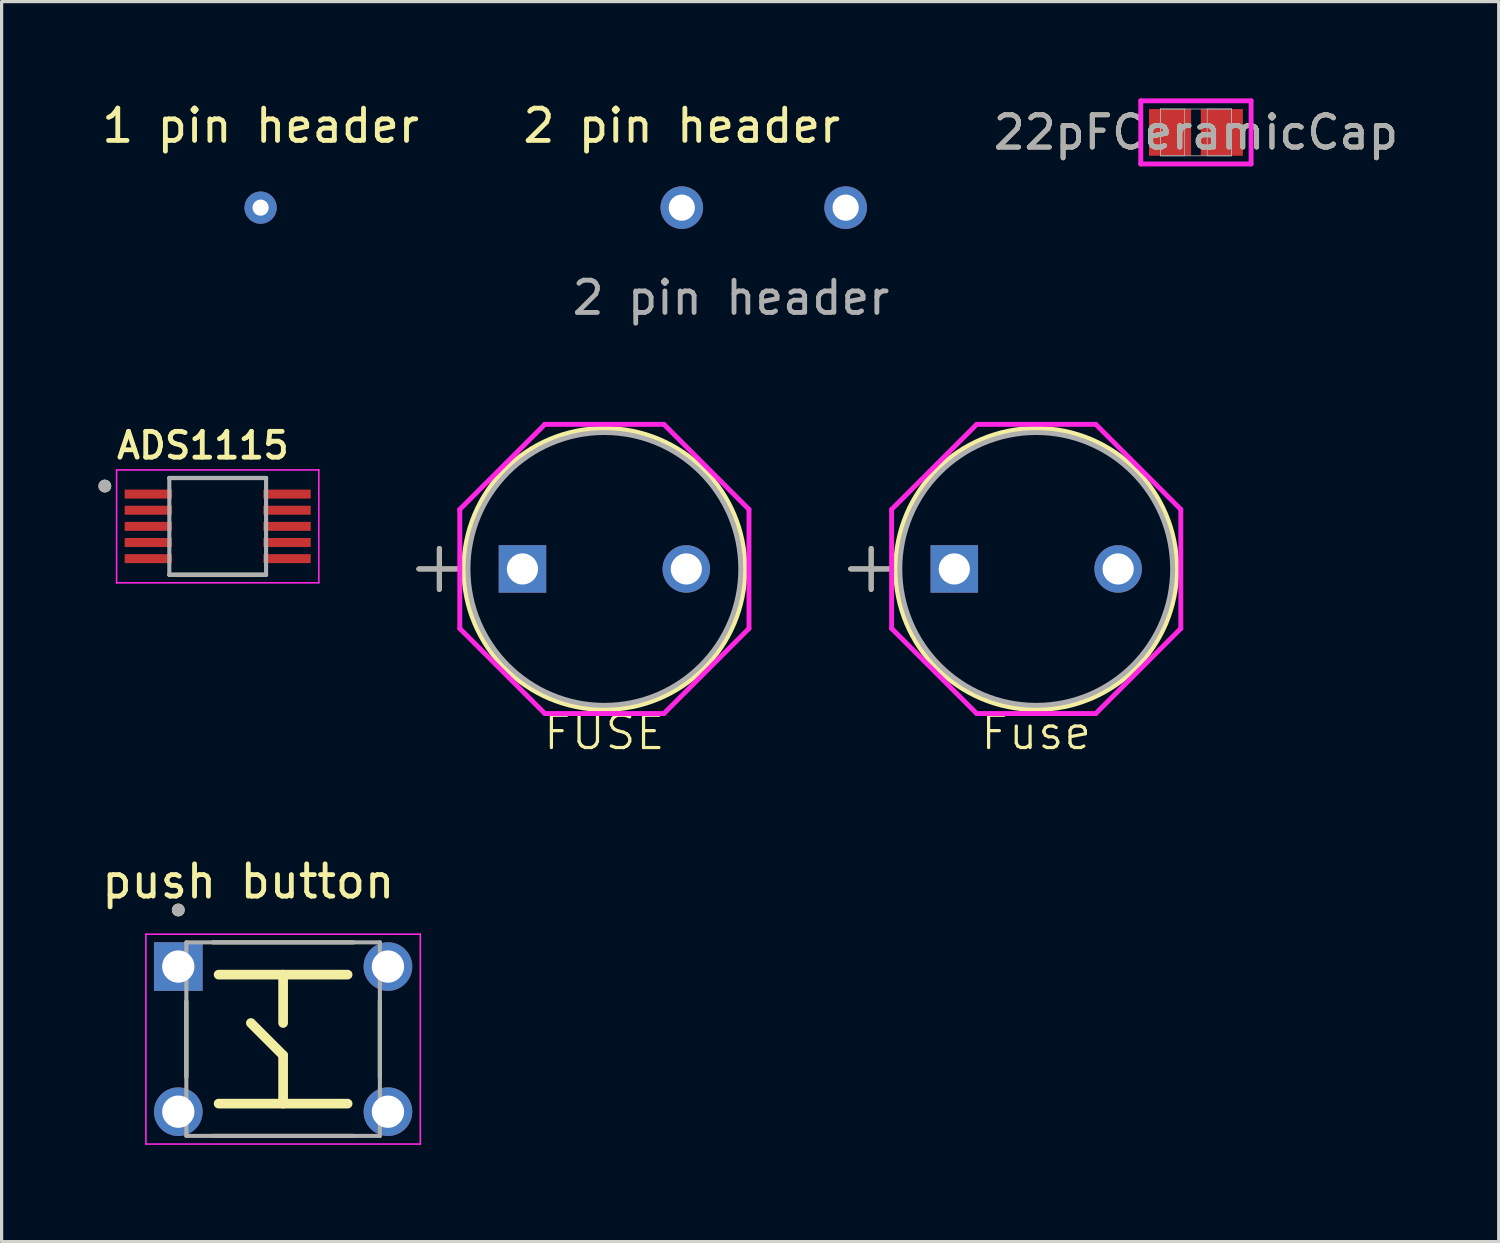
<source format=kicad_pcb>
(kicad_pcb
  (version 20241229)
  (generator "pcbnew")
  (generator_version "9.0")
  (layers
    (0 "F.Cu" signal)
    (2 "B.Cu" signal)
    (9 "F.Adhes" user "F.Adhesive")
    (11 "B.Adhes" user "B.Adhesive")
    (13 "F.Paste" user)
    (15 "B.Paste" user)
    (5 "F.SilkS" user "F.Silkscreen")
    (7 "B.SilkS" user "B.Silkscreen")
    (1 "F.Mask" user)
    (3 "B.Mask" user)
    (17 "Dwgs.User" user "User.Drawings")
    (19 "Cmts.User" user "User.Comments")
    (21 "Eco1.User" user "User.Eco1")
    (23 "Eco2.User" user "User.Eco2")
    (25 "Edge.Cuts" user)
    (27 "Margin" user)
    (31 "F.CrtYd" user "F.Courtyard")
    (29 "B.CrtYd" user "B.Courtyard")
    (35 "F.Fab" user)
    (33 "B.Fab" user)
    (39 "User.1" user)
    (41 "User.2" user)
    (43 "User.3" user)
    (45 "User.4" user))
  (footprint "Fuse"
    (layer "F.Cu")
    (at 26.538 14.59)
    (property "Reference" "Fuse" (at 2.54 5.08 0) (unlocked yes) (layer "F.SilkS") (effects (font (size 1 1) (thickness 0.1))))
    (attr through_hole)
    (fp_line (start -3.213 0) (end -1.943 0) (stroke (width 0.152) (type solid)) (layer "F.SilkS"))
    (fp_line (start -2.578 -0.635) (end -2.578 0.635) (stroke (width 0.152) (type solid)) (layer "F.SilkS"))
    (fp_circle (center 2.54 0) (end 6.896 0) (stroke (width 0.152) (type solid)) (fill no) (layer "F.SilkS"))
    (fp_line (start -1.943 -1.846) (end 0.694 -4.483) (stroke (width 0.152) (type solid)) (layer "F.CrtYd"))
    (fp_line (start -1.943 1.846) (end -1.943 -1.846) (stroke (width 0.152) (type solid)) (layer "F.CrtYd"))
    (fp_line (start 0.694 -4.483) (end 4.386 -4.483) (stroke (width 0.152) (type solid)) (layer "F.CrtYd"))
    (fp_line (start 0.694 4.483) (end -1.943 1.846) (stroke (width 0.152) (type solid)) (layer "F.CrtYd"))
    (fp_line (start 4.386 -4.483) (end 7.023 -1.846) (stroke (width 0.152) (type solid)) (layer "F.CrtYd"))
    (fp_line (start 4.386 4.483) (end 0.694 4.483) (stroke (width 0.152) (type solid)) (layer "F.CrtYd"))
    (fp_line (start 7.023 -1.846) (end 7.023 1.846) (stroke (width 0.152) (type solid)) (layer "F.CrtYd"))
    (fp_line (start 7.023 1.846) (end 4.386 4.483) (stroke (width 0.152) (type solid)) (layer "F.CrtYd"))
    (fp_line (start -3.213 0) (end -1.943 0) (stroke (width 0.152) (type solid)) (layer "F.Fab"))
    (fp_line (start -2.578 -0.635) (end -2.578 0.635) (stroke (width 0.152) (type solid)) (layer "F.Fab"))
    (fp_circle (center 2.54 0) (end 6.769 0) (stroke (width 0.152) (type solid)) (fill no) (layer "F.Fab"))
    (pad "1" thru_hole rect (at 0 0) (size 1.473 1.473) (drill 0.965) (layers "*.Cu" "*.Mask"))
    (pad "2" thru_hole circle (at 5.08 0) (size 1.473 1.473) (drill 0.965) (layers "*.Cu" "*.Mask")))
  (footprint "FUSE"
    (layer "F.Cu")
    (at 13.149 14.59)
    (property "Reference" "FUSE" (at 2.54 5.08 0) (unlocked yes) (layer "F.SilkS") (effects (font (size 1 1) (thickness 0.1))))
    (attr through_hole)
    (fp_line (start -3.213 0) (end -1.943 0) (stroke (width 0.152) (type solid)) (layer "F.SilkS"))
    (fp_line (start -2.578 -0.635) (end -2.578 0.635) (stroke (width 0.152) (type solid)) (layer "F.SilkS"))
    (fp_circle (center 2.54 0) (end 6.896 0) (stroke (width 0.152) (type solid)) (fill no) (layer "F.SilkS"))
    (fp_line (start -1.943 -1.846) (end 0.694 -4.483) (stroke (width 0.152) (type solid)) (layer "F.CrtYd"))
    (fp_line (start -1.943 1.846) (end -1.943 -1.846) (stroke (width 0.152) (type solid)) (layer "F.CrtYd"))
    (fp_line (start 0.694 -4.483) (end 4.386 -4.483) (stroke (width 0.152) (type solid)) (layer "F.CrtYd"))
    (fp_line (start 0.694 4.483) (end -1.943 1.846) (stroke (width 0.152) (type solid)) (layer "F.CrtYd"))
    (fp_line (start 4.386 -4.483) (end 7.023 -1.846) (stroke (width 0.152) (type solid)) (layer "F.CrtYd"))
    (fp_line (start 4.386 4.483) (end 0.694 4.483) (stroke (width 0.152) (type solid)) (layer "F.CrtYd"))
    (fp_line (start 7.023 -1.846) (end 7.023 1.846) (stroke (width 0.152) (type solid)) (layer "F.CrtYd"))
    (fp_line (start 7.023 1.846) (end 4.386 4.483) (stroke (width 0.152) (type solid)) (layer "F.CrtYd"))
    (fp_line (start -3.213 0) (end -1.943 0) (stroke (width 0.152) (type solid)) (layer "F.Fab"))
    (fp_line (start -2.578 -0.635) (end -2.578 0.635) (stroke (width 0.152) (type solid)) (layer "F.Fab"))
    (fp_circle (center 2.54 0) (end 6.769 0) (stroke (width 0.152) (type solid)) (fill no) (layer "F.Fab"))
    (pad "1" thru_hole rect (at 0 0) (size 1.473 1.473) (drill 0.965) (layers "*.Cu" "*.Mask"))
    (pad "2" thru_hole circle (at 5.08 0) (size 1.473 1.473) (drill 0.965) (layers "*.Cu" "*.Mask")))
  (footprint "2 pin header"
    (layer "F.Cu")
    (at 18.089 3.388)
    (property "Reference" "2 pin header" (at 0 -2.54 0) (unlocked yes) (layer "F.SilkS") (effects (font (size 1 1) (thickness 0.15))))
    (attr through_hole)
    (fp_text user "${REFERENCE}" (at 1.524 2.794 0) (unlocked yes) (layer "F.Fab") (effects (font (size 1 1) (thickness 0.15))))
    (pad "1" thru_hole circle (at 0 0) (size 1.321 1.321) (drill 0.813) (layers "*.Cu" "*.Mask"))
    (pad "2" thru_hole circle (at 5.08 0) (size 1.321 1.321) (drill 0.813) (layers "*.Cu" "*.Mask")))
  (footprint "1 pin header"
    (layer "F.Cu")
    (at 5.03 3.388)
    (property "Reference" "1 pin header" (at 0 -2.54 0) (unlocked yes) (layer "F.SilkS") (effects (font (size 1 1) (thickness 0.15))))
    (attr through_hole)
    (pad "1" thru_hole circle (at 0 0) (size 1 1) (drill 0.5) (layers "*.Cu" "*.Mask")))
  (footprint "ADS1115"
    (layer "F.Cu")
    (at 3.7 13.27)
    (property "Reference" "ADS1115" (at -0.46 -2.508 0) (layer "F.SilkS") (effects (font (size 0.8 0.8) (thickness 0.15))))
    (attr smd)
    (fp_line (start -1.5 -1.5) (end 1.5 -1.5) (stroke (width 0.127) (type solid)) (layer "F.SilkS"))
    (fp_line (start -1.5 1.5) (end 1.5 1.5) (stroke (width 0.127) (type solid)) (layer "F.SilkS"))
    (fp_circle (center -3.5 -1.25) (end -3.4 -1.25) (stroke (width 0.2) (type solid)) (fill no) (layer "F.SilkS"))
    (fp_line (start -3.135 -1.75) (end -3.135 1.75) (stroke (width 0.05) (type solid)) (layer "F.CrtYd"))
    (fp_line (start -3.135 -1.75) (end 3.135 -1.75) (stroke (width 0.05) (type solid)) (layer "F.CrtYd"))
    (fp_line (start -3.135 1.75) (end 3.135 1.75) (stroke (width 0.05) (type solid)) (layer "F.CrtYd"))
    (fp_line (start 3.135 -1.75) (end 3.135 1.75) (stroke (width 0.05) (type solid)) (layer "F.CrtYd"))
    (fp_line (start -1.5 -1.5) (end -1.5 1.5) (stroke (width 0.127) (type solid)) (layer "F.Fab"))
    (fp_line (start -1.5 -1.5) (end 1.5 -1.5) (stroke (width 0.127) (type solid)) (layer "F.Fab"))
    (fp_line (start -1.5 1.5) (end 1.5 1.5) (stroke (width 0.127) (type solid)) (layer "F.Fab"))
    (fp_line (start 1.5 -1.5) (end 1.5 1.5) (stroke (width 0.127) (type solid)) (layer "F.Fab"))
    (fp_circle (center -3.5 -1.25) (end -3.4 -1.25) (stroke (width 0.2) (type solid)) (fill no) (layer "F.Fab"))
    (pad "1" smd roundrect (at -2.15 -1) (size 1.47 0.28) (layers "F.Cu" "F.Mask" "F.Paste") (roundrect_rratio 0.04))
    (pad "2" smd roundrect (at -2.15 -0.5) (size 1.47 0.28) (layers "F.Cu" "F.Mask" "F.Paste") (roundrect_rratio 0.04))
    (pad "3" smd roundrect (at -2.15 0) (size 1.47 0.28) (layers "F.Cu" "F.Mask" "F.Paste") (roundrect_rratio 0.04))
    (pad "4" smd roundrect (at -2.15 0.5) (size 1.47 0.28) (layers "F.Cu" "F.Mask" "F.Paste") (roundrect_rratio 0.04))
    (pad "5" smd roundrect (at -2.15 1) (size 1.47 0.28) (layers "F.Cu" "F.Mask" "F.Paste") (roundrect_rratio 0.04))
    (pad "6" smd roundrect (at 2.15 1) (size 1.47 0.28) (layers "F.Cu" "F.Mask" "F.Paste") (roundrect_rratio 0.04))
    (pad "7" smd roundrect (at 2.15 0.5) (size 1.47 0.28) (layers "F.Cu" "F.Mask" "F.Paste") (roundrect_rratio 0.04))
    (pad "8" smd roundrect (at 2.15 0) (size 1.47 0.28) (layers "F.Cu" "F.Mask" "F.Paste") (roundrect_rratio 0.04))
    (pad "9" smd roundrect (at 2.15 -0.5) (size 1.47 0.28) (layers "F.Cu" "F.Mask" "F.Paste") (roundrect_rratio 0.04))
    (pad "10" smd roundrect (at 2.15 -1) (size 1.47 0.28) (layers "F.Cu" "F.Mask" "F.Paste") (roundrect_rratio 0.04)))
  (footprint "22pFCeramicCap"
    (layer "F.Cu")
    (at 34.03 1.055)
    (property "Reference" "22pFCeramicCap" (at 0 0 0) (unlocked yes) (layer "F.SilkS") (effects (font (size 1 1) (thickness 0.15))))
    (attr smd)
    (fp_line (start -1.71 -0.979) (end 1.71 -0.979) (stroke (width 0.152) (type solid)) (layer "F.CrtYd"))
    (fp_line (start -1.71 0.979) (end -1.71 -0.979) (stroke (width 0.152) (type solid)) (layer "F.CrtYd"))
    (fp_line (start 1.71 -0.979) (end 1.71 0.979) (stroke (width 0.152) (type solid)) (layer "F.CrtYd"))
    (fp_line (start 1.71 0.979) (end -1.71 0.979) (stroke (width 0.152) (type solid)) (layer "F.CrtYd"))
    (fp_line (start -1.1 -0.725) (end -1.1 0.725) (stroke (width 0.025) (type solid)) (layer "F.Fab"))
    (fp_line (start -1.1 -0.725) (end -1.1 0.725) (stroke (width 0.025) (type solid)) (layer "F.Fab"))
    (fp_line (start -1.1 0.725) (end -0.35 0.725) (stroke (width 0.025) (type solid)) (layer "F.Fab"))
    (fp_line (start -1.1 0.725) (end 1.1 0.725) (stroke (width 0.025) (type solid)) (layer "F.Fab"))
    (fp_line (start -0.35 -0.725) (end -1.1 -0.725) (stroke (width 0.025) (type solid)) (layer "F.Fab"))
    (fp_line (start -0.35 0.725) (end -0.35 -0.725) (stroke (width 0.025) (type solid)) (layer "F.Fab"))
    (fp_line (start 0.35 -0.725) (end 0.35 0.725) (stroke (width 0.025) (type solid)) (layer "F.Fab"))
    (fp_line (start 0.35 0.725) (end 1.1 0.725) (stroke (width 0.025) (type solid)) (layer "F.Fab"))
    (fp_line (start 1.1 -0.725) (end -1.1 -0.725) (stroke (width 0.025) (type solid)) (layer "F.Fab"))
    (fp_line (start 1.1 -0.725) (end 0.35 -0.725) (stroke (width 0.025) (type solid)) (layer "F.Fab"))
    (fp_line (start 1.1 0.725) (end 1.1 -0.725) (stroke (width 0.025) (type solid)) (layer "F.Fab"))
    (fp_line (start 1.1 0.725) (end 1.1 -0.725) (stroke (width 0.025) (type solid)) (layer "F.Fab"))
    (fp_text user "${REFERENCE}" (at 0 0 0) (unlocked yes) (layer "F.Fab") (effects (font (size 1 1) (thickness 0.15))))
    (pad "1" smd rect (at -0.803 0) (size 1.306 1.45) (layers "F.Cu" "F.Mask" "F.Paste"))
    (pad "2" smd rect (at 0.803 0) (size 1.306 1.45) (layers "F.Cu" "F.Mask" "F.Paste"))
    (zone (net_name "") (layer "F.Cu") (hatch full 0.508) (connect_pads) (min_thickness 0.254) (filled_areas_thickness no) (keepout (tracks not_allowed) (vias not_allowed) (pads allowed) (copperpour not_allowed) (footprints allowed)) (placement (enabled no)) (fill) (polygon (pts (xy 33.931 0.381) (xy 34.129 0.381) (xy 34.129 1.729) (xy 33.931 1.729)))))
  (footprint "push button"
    (layer "F.Cu")
    (at 5.728 29.168)
    (property "Reference" "push button" (at -1.079 -4.889 0) (layer "F.SilkS") (effects (font (size 1 1) (thickness 0.15))))
    (attr through_hole)
    (fp_line (start -3 -1.176) (end -3 1.176) (stroke (width 0.127) (type solid)) (layer "F.SilkS"))
    (fp_line (start -2.176 -3) (end 2.176 -3) (stroke (width 0.127) (type solid)) (layer "F.SilkS"))
    (fp_line (start -2.176 3) (end 2.176 3) (stroke (width 0.127) (type solid)) (layer "F.SilkS"))
    (fp_line (start -2 -2) (end 2 -2) (stroke (width 0.3) (type default)) (layer "F.SilkS"))
    (fp_line (start -2 2) (end 2 2) (stroke (width 0.3) (type default)) (layer "F.SilkS"))
    (fp_line (start 0 -2) (end 0 -0.5) (stroke (width 0.3) (type default)) (layer "F.SilkS"))
    (fp_line (start 0 0.5) (end -1 -0.5) (stroke (width 0.3) (type default)) (layer "F.SilkS"))
    (fp_line (start 0 0.5) (end 0 2) (stroke (width 0.3) (type default)) (layer "F.SilkS"))
    (fp_line (start 3 -1.176) (end 3 1.176) (stroke (width 0.127) (type solid)) (layer "F.SilkS"))
    (fp_circle (center -3.25 -4.004) (end -3.15 -4.004) (stroke (width 0.2) (type solid)) (fill no) (layer "F.SilkS"))
    (fp_line (start -4.254 -3.254) (end -4.254 3.254) (stroke (width 0.05) (type solid)) (layer "F.CrtYd"))
    (fp_line (start -4.254 3.254) (end 4.254 3.254) (stroke (width 0.05) (type solid)) (layer "F.CrtYd"))
    (fp_line (start 4.254 -3.254) (end -4.254 -3.254) (stroke (width 0.05) (type solid)) (layer "F.CrtYd"))
    (fp_line (start 4.254 3.254) (end 4.254 -3.254) (stroke (width 0.05) (type solid)) (layer "F.CrtYd"))
    (fp_line (start -3 -3) (end 3 -3) (stroke (width 0.127) (type solid)) (layer "F.Fab"))
    (fp_line (start -3 3) (end -3 -3) (stroke (width 0.127) (type solid)) (layer "F.Fab"))
    (fp_line (start 3 -3) (end 3 3) (stroke (width 0.127) (type solid)) (layer "F.Fab"))
    (fp_line (start 3 3) (end -3 3) (stroke (width 0.127) (type solid)) (layer "F.Fab"))
    (fp_circle (center -3.25 -4.004) (end -3.15 -4.004) (stroke (width 0.2) (type solid)) (fill no) (layer "F.Fab"))
    (pad "1" thru_hole rect (at -3.25 -2.25) (size 1.508 1.508) (drill 1) (layers "*.Cu" "*.Mask"))
    (pad "2" thru_hole circle (at 3.25 -2.25) (size 1.508 1.508) (drill 1) (layers "*.Cu" "*.Mask"))
    (pad "3" thru_hole circle (at -3.25 2.25) (size 1.508 1.508) (drill 1) (layers "*.Cu" "*.Mask"))
    (pad "4" thru_hole circle (at 3.25 2.25) (size 1.508 1.508) (drill 1) (layers "*.Cu" "*.Mask")))
  (gr_rect
    (start -3 -3)
    (end 43.417 35.447)
    (stroke (width 0.1) (type default))
    (fill no)
    (layer "Edge.Cuts")))
</source>
